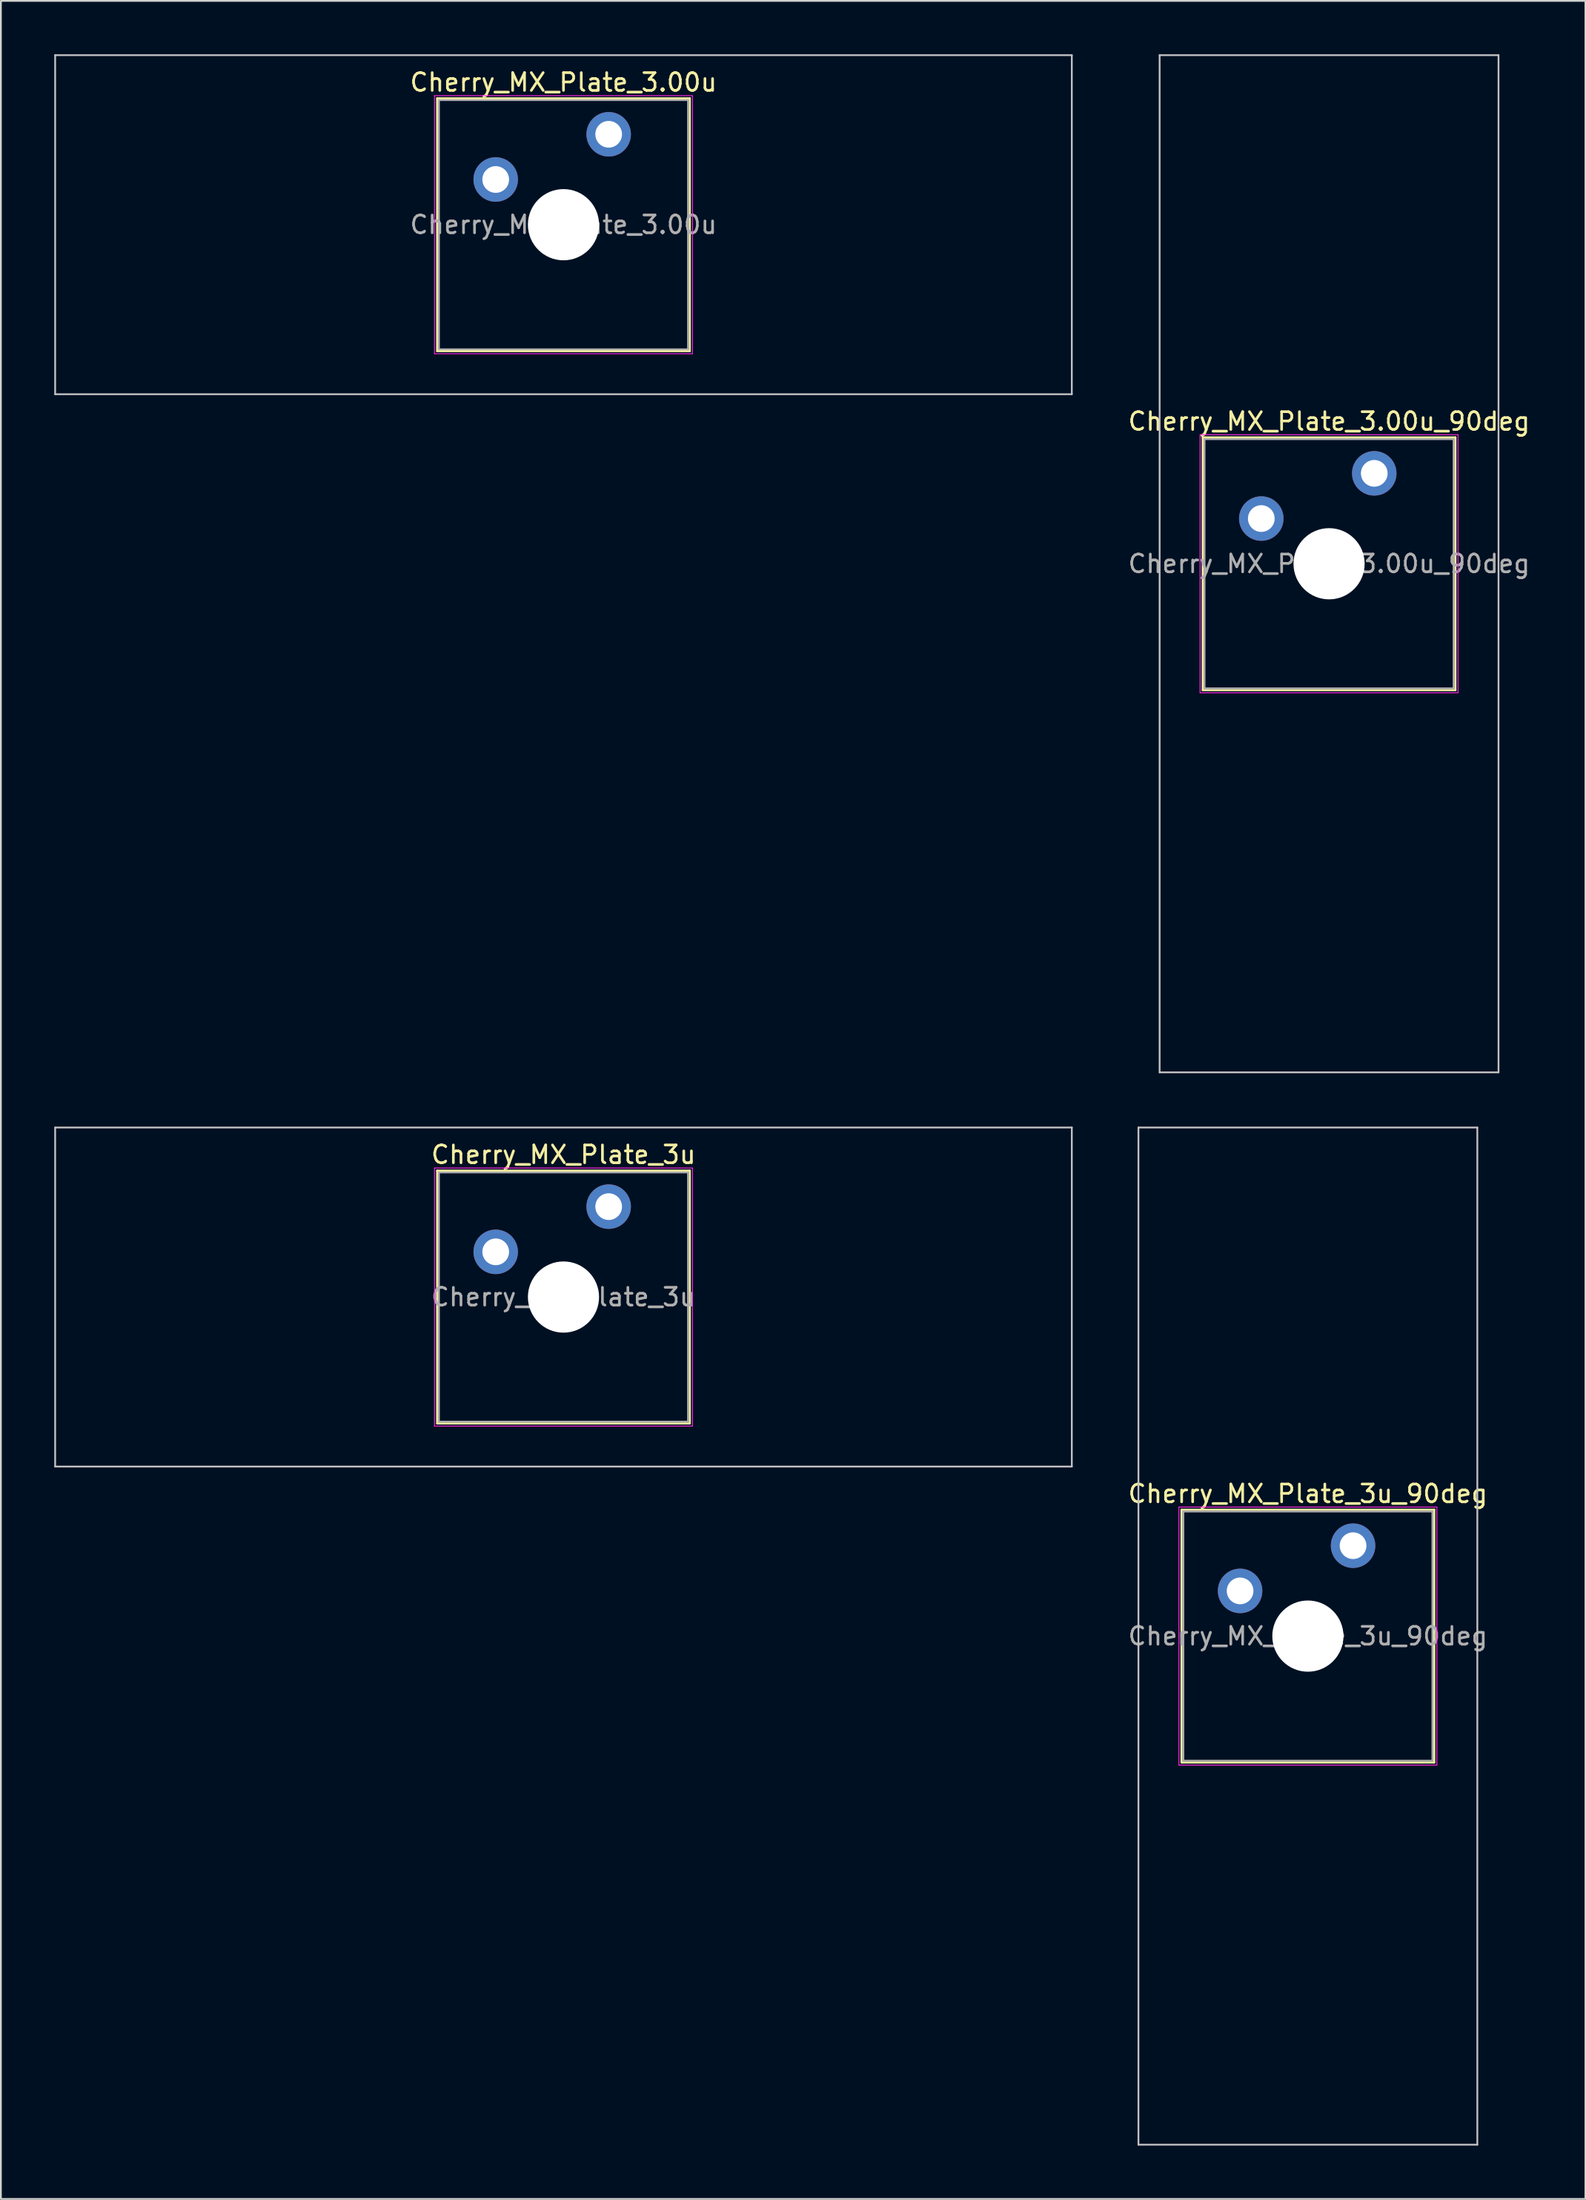
<source format=kicad_pcb>
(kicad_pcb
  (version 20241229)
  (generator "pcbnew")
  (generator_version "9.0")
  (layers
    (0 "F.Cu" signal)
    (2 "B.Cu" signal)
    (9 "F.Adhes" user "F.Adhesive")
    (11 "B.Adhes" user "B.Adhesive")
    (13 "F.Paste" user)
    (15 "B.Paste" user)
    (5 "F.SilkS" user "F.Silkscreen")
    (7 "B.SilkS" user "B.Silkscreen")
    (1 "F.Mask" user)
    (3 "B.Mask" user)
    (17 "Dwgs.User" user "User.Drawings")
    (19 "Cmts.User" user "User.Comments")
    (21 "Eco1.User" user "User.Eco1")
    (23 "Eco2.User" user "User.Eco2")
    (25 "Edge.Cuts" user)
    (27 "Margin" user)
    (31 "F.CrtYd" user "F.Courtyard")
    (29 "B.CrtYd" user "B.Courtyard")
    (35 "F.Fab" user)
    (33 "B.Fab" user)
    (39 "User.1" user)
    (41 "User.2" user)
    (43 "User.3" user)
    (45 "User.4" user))
  (footprint "Cherry_MX_Plate_3.00u"
    (layer "F.Cu")
    (at 28.625 9.575)
    (property "Reference" "Cherry_MX_Plate_3.00u" (at 0 -8 0) (layer "F.SilkS") (effects (font (size 1 1) (thickness 0.15))))
    (attr through_hole)
    (fp_line (start -7.1 -7.1) (end -7.1 7.1) (stroke (width 0.12) (type solid)) (layer "F.SilkS"))
    (fp_line (start -7.1 7.1) (end 7.1 7.1) (stroke (width 0.12) (type solid)) (layer "F.SilkS"))
    (fp_line (start 7.1 -7.1) (end -7.1 -7.1) (stroke (width 0.12) (type solid)) (layer "F.SilkS"))
    (fp_line (start 7.1 7.1) (end 7.1 -7.1) (stroke (width 0.12) (type solid)) (layer "F.SilkS"))
    (fp_line (start -28.575 -9.525) (end -28.575 9.525) (stroke (width 0.1) (type solid)) (layer "Dwgs.User"))
    (fp_line (start -28.575 9.525) (end 28.575 9.525) (stroke (width 0.1) (type solid)) (layer "Dwgs.User"))
    (fp_line (start 28.575 -9.525) (end -28.575 -9.525) (stroke (width 0.1) (type solid)) (layer "Dwgs.User"))
    (fp_line (start 28.575 9.525) (end 28.575 -9.525) (stroke (width 0.1) (type solid)) (layer "Dwgs.User"))
    (fp_line (start -7 -7) (end -7 7) (stroke (width 0.1) (type solid)) (layer "Eco1.User"))
    (fp_line (start -7 7) (end 7 7) (stroke (width 0.1) (type solid)) (layer "Eco1.User"))
    (fp_line (start 7 -7) (end -7 -7) (stroke (width 0.1) (type solid)) (layer "Eco1.User"))
    (fp_line (start 7 7) (end 7 -7) (stroke (width 0.1) (type solid)) (layer "Eco1.User"))
    (fp_line (start -7.25 -7.25) (end -7.25 7.25) (stroke (width 0.05) (type solid)) (layer "F.CrtYd"))
    (fp_line (start -7.25 7.25) (end 7.25 7.25) (stroke (width 0.05) (type solid)) (layer "F.CrtYd"))
    (fp_line (start 7.25 -7.25) (end -7.25 -7.25) (stroke (width 0.05) (type solid)) (layer "F.CrtYd"))
    (fp_line (start 7.25 7.25) (end 7.25 -7.25) (stroke (width 0.05) (type solid)) (layer "F.CrtYd"))
    (fp_line (start -7 -7) (end -7 7) (stroke (width 0.1) (type solid)) (layer "F.Fab"))
    (fp_line (start -7 7) (end 7 7) (stroke (width 0.1) (type solid)) (layer "F.Fab"))
    (fp_line (start 7 -7) (end -7 -7) (stroke (width 0.1) (type solid)) (layer "F.Fab"))
    (fp_line (start 7 7) (end 7 -7) (stroke (width 0.1) (type solid)) (layer "F.Fab"))
    (fp_text user "${REFERENCE}" (at 0 0 0) (layer "F.Fab") (effects (font (size 1 1) (thickness 0.15))))
    (pad "" np_thru_hole circle (at 0 0) (size 4 4) (drill 4) (layers "*.Cu" "*.Mask"))
    (pad "1" thru_hole circle (at -3.81 -2.54) (size 2.5 2.5) (drill 1.5) (layers "*.Cu" "*.Mask"))
    (pad "2" thru_hole circle (at 2.54 -5.08) (size 2.5 2.5) (drill 1.5) (layers "*.Cu" "*.Mask")))
  (footprint "Cherry_MX_Plate_3u_90deg"
    (layer "F.Cu")
    (at 70.47 88.875)
    (property "Reference" "Cherry_MX_Plate_3u_90deg" (at 0 -8 0) (layer "F.SilkS") (effects (font (size 1 1) (thickness 0.15))))
    (attr through_hole)
    (fp_line (start -7.1 -7.1) (end -7.1 7.1) (stroke (width 0.12) (type solid)) (layer "F.SilkS"))
    (fp_line (start -7.1 7.1) (end 7.1 7.1) (stroke (width 0.12) (type solid)) (layer "F.SilkS"))
    (fp_line (start 7.1 -7.1) (end -7.1 -7.1) (stroke (width 0.12) (type solid)) (layer "F.SilkS"))
    (fp_line (start 7.1 7.1) (end 7.1 -7.1) (stroke (width 0.12) (type solid)) (layer "F.SilkS"))
    (fp_line (start -9.525 -28.575) (end 9.525 -28.575) (stroke (width 0.1) (type solid)) (layer "Dwgs.User"))
    (fp_line (start -9.525 28.575) (end -9.525 -28.575) (stroke (width 0.1) (type solid)) (layer "Dwgs.User"))
    (fp_line (start 9.525 -28.575) (end 9.525 28.575) (stroke (width 0.1) (type solid)) (layer "Dwgs.User"))
    (fp_line (start 9.525 28.575) (end -9.525 28.575) (stroke (width 0.1) (type solid)) (layer "Dwgs.User"))
    (fp_line (start -7 -7) (end -7 7) (stroke (width 0.1) (type solid)) (layer "Eco1.User"))
    (fp_line (start -7 7) (end 7 7) (stroke (width 0.1) (type solid)) (layer "Eco1.User"))
    (fp_line (start 7 -7) (end -7 -7) (stroke (width 0.1) (type solid)) (layer "Eco1.User"))
    (fp_line (start 7 7) (end 7 -7) (stroke (width 0.1) (type solid)) (layer "Eco1.User"))
    (fp_line (start -7.25 -7.25) (end -7.25 7.25) (stroke (width 0.05) (type solid)) (layer "F.CrtYd"))
    (fp_line (start -7.25 7.25) (end 7.25 7.25) (stroke (width 0.05) (type solid)) (layer "F.CrtYd"))
    (fp_line (start 7.25 -7.25) (end -7.25 -7.25) (stroke (width 0.05) (type solid)) (layer "F.CrtYd"))
    (fp_line (start 7.25 7.25) (end 7.25 -7.25) (stroke (width 0.05) (type solid)) (layer "F.CrtYd"))
    (fp_line (start -7 -7) (end -7 7) (stroke (width 0.1) (type solid)) (layer "F.Fab"))
    (fp_line (start -7 7) (end 7 7) (stroke (width 0.1) (type solid)) (layer "F.Fab"))
    (fp_line (start 7 -7) (end -7 -7) (stroke (width 0.1) (type solid)) (layer "F.Fab"))
    (fp_line (start 7 7) (end 7 -7) (stroke (width 0.1) (type solid)) (layer "F.Fab"))
    (fp_text user "${REFERENCE}" (at 0 0 0) (layer "F.Fab") (effects (font (size 1 1) (thickness 0.15))))
    (pad "" np_thru_hole circle (at 0 0) (size 4 4) (drill 4) (layers "*.Cu" "*.Mask"))
    (pad "1" thru_hole circle (at -3.81 -2.54) (size 2.5 2.5) (drill 1.5) (layers "*.Cu" "*.Mask"))
    (pad "2" thru_hole circle (at 2.54 -5.08) (size 2.5 2.5) (drill 1.5) (layers "*.Cu" "*.Mask")))
  (footprint "Cherry_MX_Plate_3u"
    (layer "F.Cu")
    (at 28.625 69.825)
    (property "Reference" "Cherry_MX_Plate_3u" (at 0 -8 0) (layer "F.SilkS") (effects (font (size 1 1) (thickness 0.15))))
    (attr through_hole)
    (fp_line (start -7.1 -7.1) (end -7.1 7.1) (stroke (width 0.12) (type solid)) (layer "F.SilkS"))
    (fp_line (start -7.1 7.1) (end 7.1 7.1) (stroke (width 0.12) (type solid)) (layer "F.SilkS"))
    (fp_line (start 7.1 -7.1) (end -7.1 -7.1) (stroke (width 0.12) (type solid)) (layer "F.SilkS"))
    (fp_line (start 7.1 7.1) (end 7.1 -7.1) (stroke (width 0.12) (type solid)) (layer "F.SilkS"))
    (fp_line (start -28.575 -9.525) (end -28.575 9.525) (stroke (width 0.1) (type solid)) (layer "Dwgs.User"))
    (fp_line (start -28.575 9.525) (end 28.575 9.525) (stroke (width 0.1) (type solid)) (layer "Dwgs.User"))
    (fp_line (start 28.575 -9.525) (end -28.575 -9.525) (stroke (width 0.1) (type solid)) (layer "Dwgs.User"))
    (fp_line (start 28.575 9.525) (end 28.575 -9.525) (stroke (width 0.1) (type solid)) (layer "Dwgs.User"))
    (fp_line (start -7 -7) (end -7 7) (stroke (width 0.1) (type solid)) (layer "Eco1.User"))
    (fp_line (start -7 7) (end 7 7) (stroke (width 0.1) (type solid)) (layer "Eco1.User"))
    (fp_line (start 7 -7) (end -7 -7) (stroke (width 0.1) (type solid)) (layer "Eco1.User"))
    (fp_line (start 7 7) (end 7 -7) (stroke (width 0.1) (type solid)) (layer "Eco1.User"))
    (fp_line (start -7.25 -7.25) (end -7.25 7.25) (stroke (width 0.05) (type solid)) (layer "F.CrtYd"))
    (fp_line (start -7.25 7.25) (end 7.25 7.25) (stroke (width 0.05) (type solid)) (layer "F.CrtYd"))
    (fp_line (start 7.25 -7.25) (end -7.25 -7.25) (stroke (width 0.05) (type solid)) (layer "F.CrtYd"))
    (fp_line (start 7.25 7.25) (end 7.25 -7.25) (stroke (width 0.05) (type solid)) (layer "F.CrtYd"))
    (fp_line (start -7 -7) (end -7 7) (stroke (width 0.1) (type solid)) (layer "F.Fab"))
    (fp_line (start -7 7) (end 7 7) (stroke (width 0.1) (type solid)) (layer "F.Fab"))
    (fp_line (start 7 -7) (end -7 -7) (stroke (width 0.1) (type solid)) (layer "F.Fab"))
    (fp_line (start 7 7) (end 7 -7) (stroke (width 0.1) (type solid)) (layer "F.Fab"))
    (fp_text user "${REFERENCE}" (at 0 0 0) (layer "F.Fab") (effects (font (size 1 1) (thickness 0.15))))
    (pad "" np_thru_hole circle (at 0 0) (size 4 4) (drill 4) (layers "*.Cu" "*.Mask"))
    (pad "1" thru_hole circle (at -3.81 -2.54) (size 2.5 2.5) (drill 1.5) (layers "*.Cu" "*.Mask"))
    (pad "2" thru_hole circle (at 2.54 -5.08) (size 2.5 2.5) (drill 1.5) (layers "*.Cu" "*.Mask")))
  (footprint "Cherry_MX_Plate_3.00u_90deg"
    (layer "F.Cu")
    (at 71.661 28.625)
    (property "Reference" "Cherry_MX_Plate_3.00u_90deg" (at 0 -8 0) (layer "F.SilkS") (effects (font (size 1 1) (thickness 0.15))))
    (attr through_hole)
    (fp_line (start -7.1 -7.1) (end -7.1 7.1) (stroke (width 0.12) (type solid)) (layer "F.SilkS"))
    (fp_line (start -7.1 7.1) (end 7.1 7.1) (stroke (width 0.12) (type solid)) (layer "F.SilkS"))
    (fp_line (start 7.1 -7.1) (end -7.1 -7.1) (stroke (width 0.12) (type solid)) (layer "F.SilkS"))
    (fp_line (start 7.1 7.1) (end 7.1 -7.1) (stroke (width 0.12) (type solid)) (layer "F.SilkS"))
    (fp_line (start -9.525 -28.575) (end 9.525 -28.575) (stroke (width 0.1) (type solid)) (layer "Dwgs.User"))
    (fp_line (start -9.525 28.575) (end -9.525 -28.575) (stroke (width 0.1) (type solid)) (layer "Dwgs.User"))
    (fp_line (start 9.525 -28.575) (end 9.525 28.575) (stroke (width 0.1) (type solid)) (layer "Dwgs.User"))
    (fp_line (start 9.525 28.575) (end -9.525 28.575) (stroke (width 0.1) (type solid)) (layer "Dwgs.User"))
    (fp_line (start -7 -7) (end -7 7) (stroke (width 0.1) (type solid)) (layer "Eco1.User"))
    (fp_line (start -7 7) (end 7 7) (stroke (width 0.1) (type solid)) (layer "Eco1.User"))
    (fp_line (start 7 -7) (end -7 -7) (stroke (width 0.1) (type solid)) (layer "Eco1.User"))
    (fp_line (start 7 7) (end 7 -7) (stroke (width 0.1) (type solid)) (layer "Eco1.User"))
    (fp_line (start -7.25 -7.25) (end -7.25 7.25) (stroke (width 0.05) (type solid)) (layer "F.CrtYd"))
    (fp_line (start -7.25 7.25) (end 7.25 7.25) (stroke (width 0.05) (type solid)) (layer "F.CrtYd"))
    (fp_line (start 7.25 -7.25) (end -7.25 -7.25) (stroke (width 0.05) (type solid)) (layer "F.CrtYd"))
    (fp_line (start 7.25 7.25) (end 7.25 -7.25) (stroke (width 0.05) (type solid)) (layer "F.CrtYd"))
    (fp_line (start -7 -7) (end -7 7) (stroke (width 0.1) (type solid)) (layer "F.Fab"))
    (fp_line (start -7 7) (end 7 7) (stroke (width 0.1) (type solid)) (layer "F.Fab"))
    (fp_line (start 7 -7) (end -7 -7) (stroke (width 0.1) (type solid)) (layer "F.Fab"))
    (fp_line (start 7 7) (end 7 -7) (stroke (width 0.1) (type solid)) (layer "F.Fab"))
    (fp_text user "${REFERENCE}" (at 0 0 0) (layer "F.Fab") (effects (font (size 1 1) (thickness 0.15))))
    (pad "" np_thru_hole circle (at 0 0) (size 4 4) (drill 4) (layers "*.Cu" "*.Mask"))
    (pad "1" thru_hole circle (at -3.81 -2.54) (size 2.5 2.5) (drill 1.5) (layers "*.Cu" "*.Mask"))
    (pad "2" thru_hole circle (at 2.54 -5.08) (size 2.5 2.5) (drill 1.5) (layers "*.Cu" "*.Mask")))
  (gr_rect
    (start -3 -3)
    (end 86.071 120.5)
    (stroke (width 0.1) (type default))
    (fill no)
    (layer "Edge.Cuts")))
</source>
